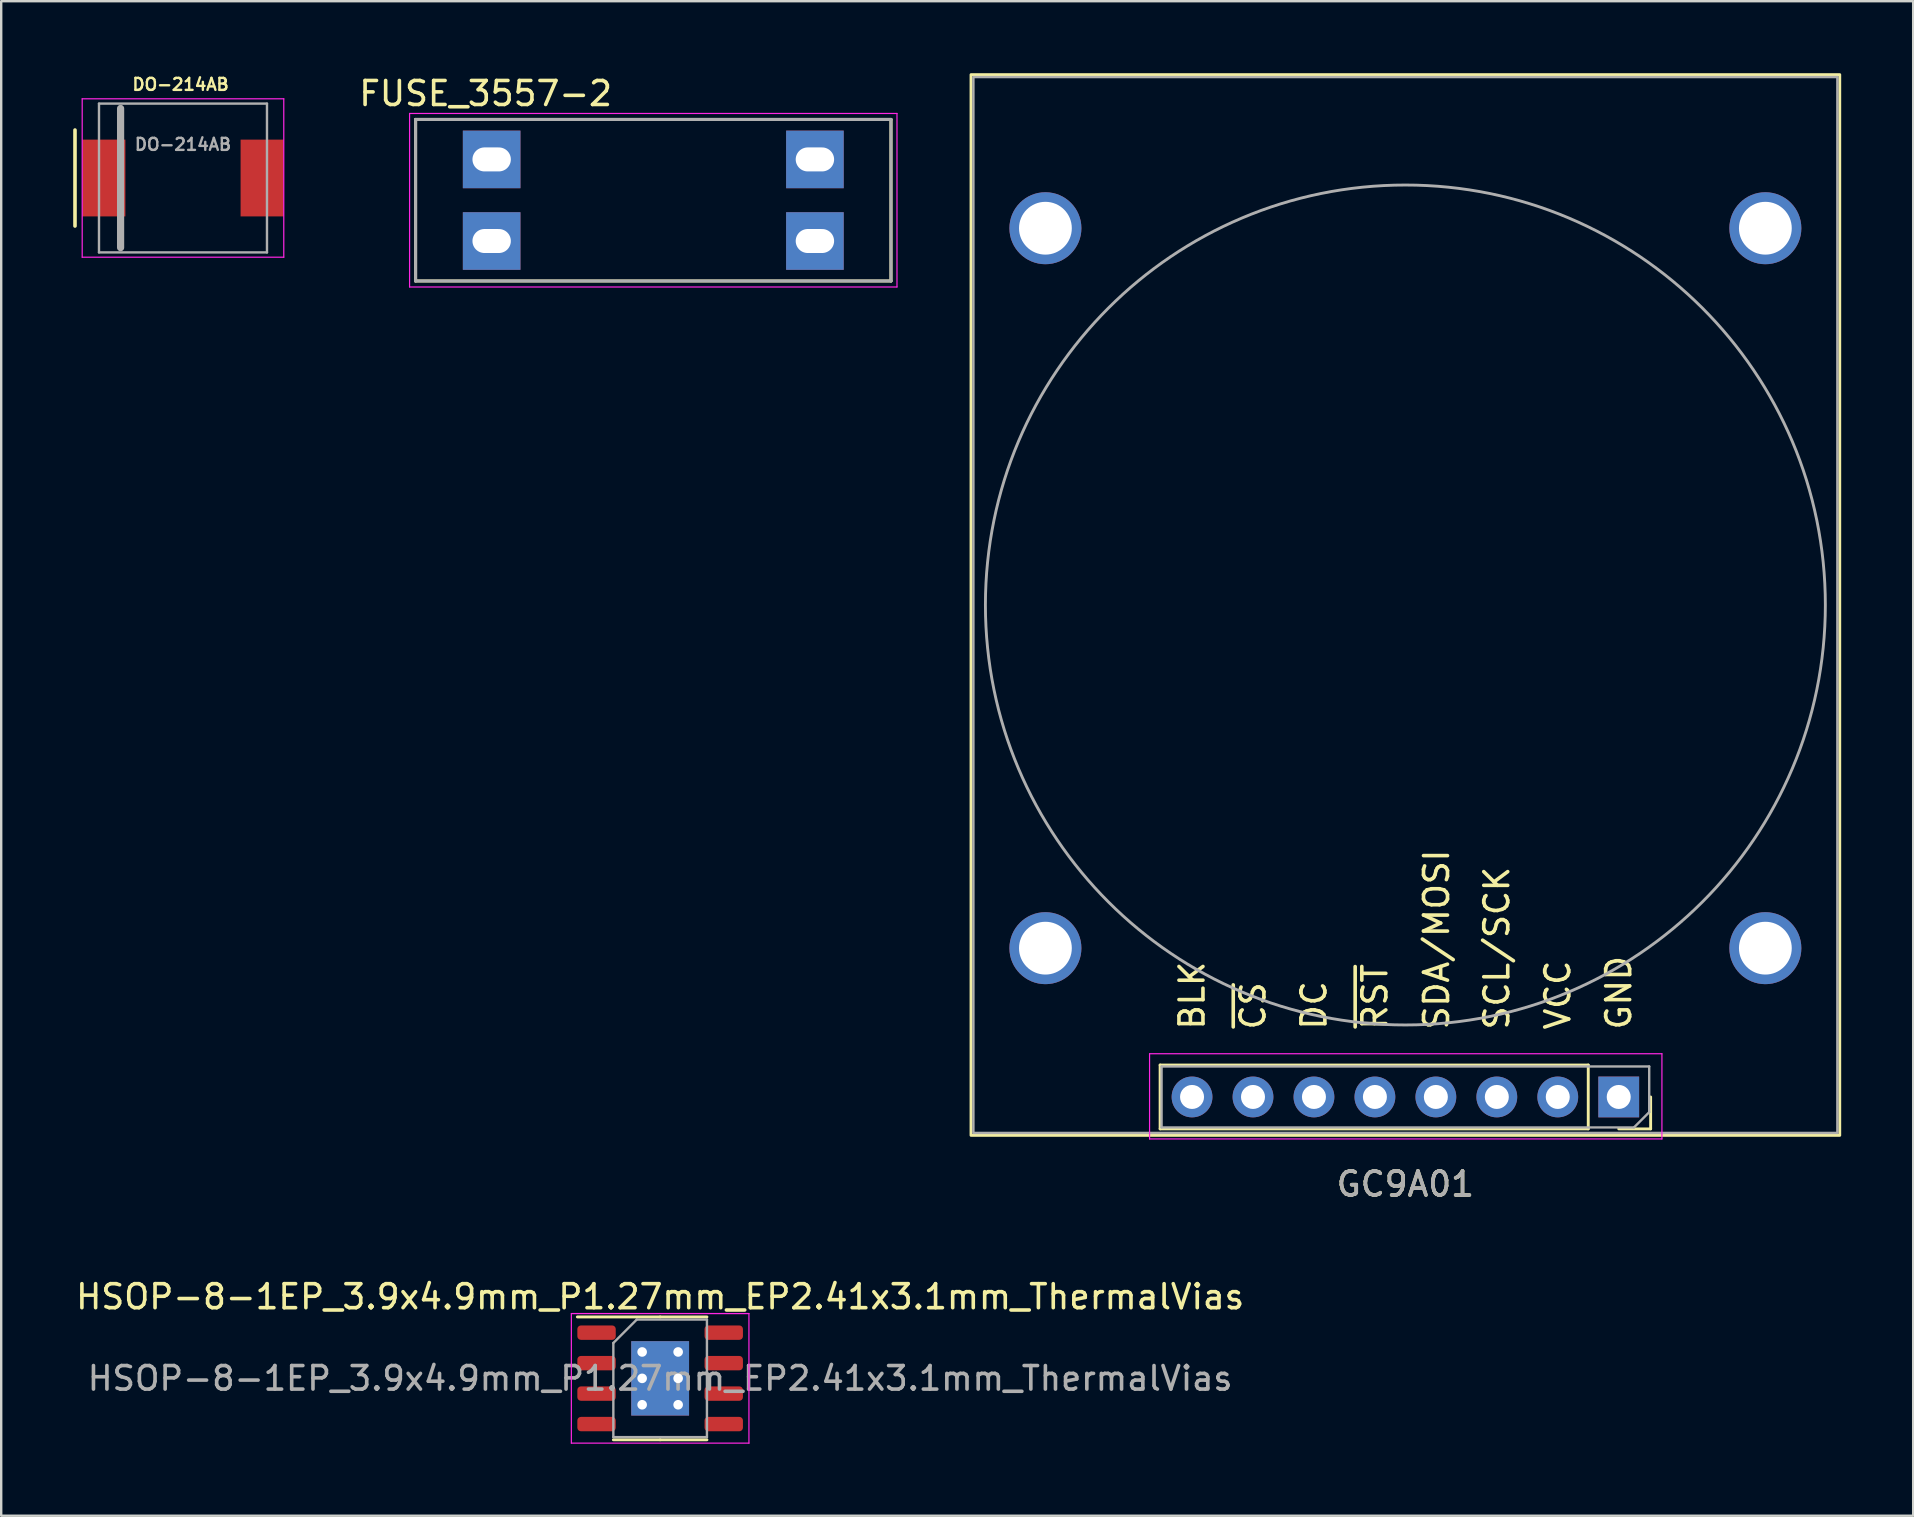
<source format=kicad_pcb>
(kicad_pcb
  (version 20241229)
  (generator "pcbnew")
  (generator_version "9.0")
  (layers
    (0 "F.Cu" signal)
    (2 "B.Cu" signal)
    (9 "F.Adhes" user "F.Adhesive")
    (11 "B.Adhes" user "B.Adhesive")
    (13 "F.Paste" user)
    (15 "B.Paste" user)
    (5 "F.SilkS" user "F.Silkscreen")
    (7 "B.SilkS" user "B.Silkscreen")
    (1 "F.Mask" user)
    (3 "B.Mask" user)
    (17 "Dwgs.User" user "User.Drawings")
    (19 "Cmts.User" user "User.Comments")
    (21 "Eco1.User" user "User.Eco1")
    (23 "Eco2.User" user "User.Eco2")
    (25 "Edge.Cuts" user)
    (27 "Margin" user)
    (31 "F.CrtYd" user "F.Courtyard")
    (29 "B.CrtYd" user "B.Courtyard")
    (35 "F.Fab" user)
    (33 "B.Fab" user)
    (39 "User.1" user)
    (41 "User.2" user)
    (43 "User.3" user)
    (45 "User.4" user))
  (footprint "DO-214AB"
    (layer "F.Cu")
    (at 4.575 4.368)
    (property "Reference" "DO-214AB" (at -0.1 -3.9 0) (layer "F.SilkS") (effects (font (size 0.5 0.5) (thickness 0.1))))
    (attr smd)
    (fp_line (start -4.5 -2) (end -4.5 2) (stroke (width 0.15) (type solid)) (layer "F.SilkS"))
    (fp_line (start -4.2 -3.3) (end 4.2 -3.3) (stroke (width 0.05) (type solid)) (layer "F.CrtYd"))
    (fp_line (start -4.2 3.3) (end -4.2 -3.3) (stroke (width 0.05) (type solid)) (layer "F.CrtYd"))
    (fp_line (start 4.2 -3.3) (end 4.2 3.3) (stroke (width 0.05) (type solid)) (layer "F.CrtYd"))
    (fp_line (start 4.2 3.3) (end -4.2 3.3) (stroke (width 0.05) (type solid)) (layer "F.CrtYd"))
    (fp_line (start -3.5 -3.1) (end 3.5 -3.1) (stroke (width 0.1) (type solid)) (layer "F.Fab"))
    (fp_line (start -3.5 3.1) (end -3.5 -3.1) (stroke (width 0.1) (type solid)) (layer "F.Fab"))
    (fp_line (start -2.6 -2.9) (end -2.6 2.9) (stroke (width 0.3) (type solid)) (layer "F.Fab"))
    (fp_line (start 3.5 -3.1) (end 3.5 3.1) (stroke (width 0.1) (type solid)) (layer "F.Fab"))
    (fp_line (start 3.5 3.1) (end -3.5 3.1) (stroke (width 0.1) (type solid)) (layer "F.Fab"))
    (fp_text user "${REFERENCE}" (at 0 -1.4 0) (layer "F.Fab") (effects (font (size 0.5 0.5) (thickness 0.1))))
    (pad "1" smd rect (at -3.3 0) (size 1.8 3.2) (layers "F.Cu" "F.Mask" "F.Paste"))
    (pad "2" smd rect (at 3.3 0) (size 1.8 3.2) (layers "F.Cu" "F.Mask" "F.Paste")))
  (footprint "HSOP-8-1EP_3.9x4.9mm_P1.27mm_EP2.41x3.1mm_ThermalVias"
    (layer "F.Cu")
    (at 24.458 54.386)
    (property "Reference" "HSOP-8-1EP_3.9x4.9mm_P1.27mm_EP2.41x3.1mm_ThermalVias" (at 0 -3.4 0) (layer "F.SilkS") (effects (font (size 1 1) (thickness 0.15))))
    (attr smd)
    (fp_line (start 0 -2.56) (end -3.45 -2.56) (stroke (width 0.12) (type solid)) (layer "F.SilkS"))
    (fp_line (start 0 -2.56) (end 1.95 -2.56) (stroke (width 0.12) (type solid)) (layer "F.SilkS"))
    (fp_line (start 0 2.56) (end -1.95 2.56) (stroke (width 0.12) (type solid)) (layer "F.SilkS"))
    (fp_line (start 0 2.56) (end 1.95 2.56) (stroke (width 0.12) (type solid)) (layer "F.SilkS"))
    (fp_line (start -3.7 -2.7) (end -3.7 2.7) (stroke (width 0.05) (type solid)) (layer "F.CrtYd"))
    (fp_line (start -3.7 2.7) (end 3.7 2.7) (stroke (width 0.05) (type solid)) (layer "F.CrtYd"))
    (fp_line (start 3.7 -2.7) (end -3.7 -2.7) (stroke (width 0.05) (type solid)) (layer "F.CrtYd"))
    (fp_line (start 3.7 2.7) (end 3.7 -2.7) (stroke (width 0.05) (type solid)) (layer "F.CrtYd"))
    (fp_line (start -1.95 -1.475) (end -0.975 -2.45) (stroke (width 0.1) (type solid)) (layer "F.Fab"))
    (fp_line (start -1.95 2.45) (end -1.95 -1.475) (stroke (width 0.1) (type solid)) (layer "F.Fab"))
    (fp_line (start -0.975 -2.45) (end 1.95 -2.45) (stroke (width 0.1) (type solid)) (layer "F.Fab"))
    (fp_line (start 1.95 -2.45) (end 1.95 2.45) (stroke (width 0.1) (type solid)) (layer "F.Fab"))
    (fp_line (start 1.95 2.45) (end -1.95 2.45) (stroke (width 0.1) (type solid)) (layer "F.Fab"))
    (fp_text user "${REFERENCE}" (at 0 0 0) (layer "F.Fab") (effects (font (size 0.98 0.98) (thickness 0.15))))
    (pad "" smd roundrect (at -0.6 -0.775) (size 0.97 1.25) (layers "F.Paste") (roundrect_rratio 0.25))
    (pad "" smd roundrect (at -0.6 0.775) (size 0.97 1.25) (layers "F.Paste") (roundrect_rratio 0.25))
    (pad "" smd roundrect (at 0.6 -0.775) (size 0.97 1.25) (layers "F.Paste") (roundrect_rratio 0.25))
    (pad "" smd roundrect (at 0.6 0.775) (size 0.97 1.25) (layers "F.Paste") (roundrect_rratio 0.25))
    (pad "1" smd roundrect (at -2.65 -1.905) (size 1.6 0.6) (layers "F.Cu" "F.Mask" "F.Paste") (roundrect_rratio 0.25))
    (pad "2" smd roundrect (at -2.65 -0.635) (size 1.6 0.6) (layers "F.Cu" "F.Mask" "F.Paste") (roundrect_rratio 0.25))
    (pad "3" smd roundrect (at -2.65 0.635) (size 1.6 0.6) (layers "F.Cu" "F.Mask" "F.Paste") (roundrect_rratio 0.25))
    (pad "4" smd roundrect (at -2.65 1.905) (size 1.6 0.6) (layers "F.Cu" "F.Mask" "F.Paste") (roundrect_rratio 0.25))
    (pad "5" smd roundrect (at 2.65 1.905) (size 1.6 0.6) (layers "F.Cu" "F.Mask" "F.Paste") (roundrect_rratio 0.25))
    (pad "6" smd roundrect (at 2.65 0.635) (size 1.6 0.6) (layers "F.Cu" "F.Mask" "F.Paste") (roundrect_rratio 0.25))
    (pad "7" smd roundrect (at 2.65 -0.635) (size 1.6 0.6) (layers "F.Cu" "F.Mask" "F.Paste") (roundrect_rratio 0.25))
    (pad "8" smd roundrect (at 2.65 -1.905) (size 1.6 0.6) (layers "F.Cu" "F.Mask" "F.Paste") (roundrect_rratio 0.25))
    (pad "9" thru_hole circle (at -0.75 -1.1) (size 0.8 0.8) (drill 0.4) (layers "*.Cu"))
    (pad "9" thru_hole circle (at -0.75 0) (size 0.8 0.8) (drill 0.4) (layers "*.Cu"))
    (pad "9" thru_hole circle (at -0.75 1.1) (size 0.8 0.8) (drill 0.4) (layers "*.Cu"))
    (pad "9" smd rect (at 0 0) (size 2.41 3.1) (layers "F.Cu" "F.Mask"))
    (pad "9" smd rect (at 0 0) (size 2.41 3.1) (layers "B.Cu"))
    (pad "9" thru_hole circle (at 0.75 -1.1) (size 0.8 0.8) (drill 0.4) (layers "*.Cu"))
    (pad "9" thru_hole circle (at 0.75 0) (size 0.8 0.8) (drill 0.4) (layers "*.Cu"))
    (pad "9" thru_hole circle (at 0.75 1.1) (size 0.8 0.8) (drill 0.4) (layers "*.Cu")))
  (footprint "FUSE_3557-2"
    (layer "F.Cu")
    (at 24.172 5.293)
    (property "Reference" "FUSE_3557-2" (at -6.985 -4.445 0) (layer "F.SilkS") (effects (font (size 1 1) (thickness 0.15))))
    (attr through_hole)
    (fp_line (start -9.905 -3.365) (end -9.905 3.365) (stroke (width 0.127) (type solid)) (layer "F.SilkS"))
    (fp_line (start -9.905 3.365) (end 9.905 3.365) (stroke (width 0.127) (type solid)) (layer "F.SilkS"))
    (fp_line (start 9.905 -3.365) (end -9.905 -3.365) (stroke (width 0.127) (type solid)) (layer "F.SilkS"))
    (fp_line (start 9.905 3.365) (end 9.905 -3.365) (stroke (width 0.127) (type solid)) (layer "F.SilkS"))
    (fp_line (start -10.155 -3.615) (end 10.155 -3.615) (stroke (width 0.05) (type solid)) (layer "F.CrtYd"))
    (fp_line (start -10.155 3.615) (end -10.155 -3.615) (stroke (width 0.05) (type solid)) (layer "F.CrtYd"))
    (fp_line (start 10.155 -3.615) (end 10.155 3.615) (stroke (width 0.05) (type solid)) (layer "F.CrtYd"))
    (fp_line (start 10.155 3.615) (end -10.155 3.615) (stroke (width 0.05) (type solid)) (layer "F.CrtYd"))
    (fp_line (start -9.905 -3.365) (end -9.905 3.365) (stroke (width 0.127) (type solid)) (layer "F.Fab"))
    (fp_line (start -9.905 3.365) (end 9.905 3.365) (stroke (width 0.127) (type solid)) (layer "F.Fab"))
    (fp_line (start 9.905 -3.365) (end -9.905 -3.365) (stroke (width 0.127) (type solid)) (layer "F.Fab"))
    (fp_line (start 9.905 3.365) (end 9.905 -3.365) (stroke (width 0.127) (type solid)) (layer "F.Fab"))
    (pad "1" thru_hole rect (at -6.735 -1.7) (size 2.4 2.4) (drill oval 1.6 1) (layers "*.Cu" "*.Mask"))
    (pad "1" thru_hole rect (at -6.735 1.7) (size 2.4 2.4) (drill oval 1.6 1) (layers "*.Cu" "*.Mask"))
    (pad "2" thru_hole rect (at 6.735 -1.7) (size 2.4 2.4) (drill oval 1.6 1) (layers "*.Cu" "*.Mask"))
    (pad "2" thru_hole rect (at 6.735 1.7) (size 2.4 2.4) (drill oval 1.6 1) (layers "*.Cu" "*.Mask")))
  (footprint "GC9A01"
    (layer "F.Cu")
    (at 55.512 22.16)
    (property "Reference" "GC9A01" (at 0 24.13 0) (unlocked yes) (layer "F.SilkS") (effects (font (size 1 1) (thickness 0.15))))
    (attr through_hole)
    (fp_line (start -10.22 19.17) (end -10.22 21.83) (stroke (width 0.12) (type solid)) (layer "F.SilkS"))
    (fp_line (start 7.62 19.17) (end -10.22 19.17) (stroke (width 0.12) (type solid)) (layer "F.SilkS"))
    (fp_line (start 7.62 19.17) (end 7.62 21.83) (stroke (width 0.12) (type solid)) (layer "F.SilkS"))
    (fp_line (start 7.62 21.83) (end -10.22 21.83) (stroke (width 0.12) (type solid)) (layer "F.SilkS"))
    (fp_line (start 10.22 20.5) (end 10.22 21.83) (stroke (width 0.12) (type solid)) (layer "F.SilkS"))
    (fp_line (start 10.22 21.83) (end 8.89 21.83) (stroke (width 0.12) (type solid)) (layer "F.SilkS"))
    (fp_rect (start -18.1 -22.1) (end 18.1 22.1) (stroke (width 0.12) (type solid)) (fill no) (layer "F.SilkS"))
    (fp_line (start -10.66 18.7) (end 10.69 18.7) (stroke (width 0.05) (type solid)) (layer "F.CrtYd"))
    (fp_line (start -10.66 22.25) (end -10.66 18.7) (stroke (width 0.05) (type solid)) (layer "F.CrtYd"))
    (fp_line (start 10.69 18.7) (end 10.69 22.25) (stroke (width 0.05) (type solid)) (layer "F.CrtYd"))
    (fp_line (start 10.69 22.25) (end -10.66 22.25) (stroke (width 0.05) (type solid)) (layer "F.CrtYd"))
    (fp_line (start -10.16 19.23) (end 10.16 19.23) (stroke (width 0.1) (type solid)) (layer "F.Fab"))
    (fp_line (start -10.16 21.77) (end -10.16 19.23) (stroke (width 0.1) (type solid)) (layer "F.Fab"))
    (fp_line (start 9.525 21.77) (end -10.16 21.77) (stroke (width 0.1) (type solid)) (layer "F.Fab"))
    (fp_line (start 10.16 19.23) (end 10.16 21.135) (stroke (width 0.1) (type solid)) (layer "F.Fab"))
    (fp_line (start 10.16 21.135) (end 9.525 21.77) (stroke (width 0.1) (type solid)) (layer "F.Fab"))
    (fp_rect (start -18 -22) (end 18 22) (stroke (width 0.1) (type solid)) (fill no) (layer "F.Fab"))
    (fp_circle (center 0 0) (end 17.5 0) (stroke (width 0.12) (type solid)) (fill no) (layer "F.Fab"))
    (fp_text user "SCL/SCK" (at 3.81 17.78 90) (unlocked yes) (layer "F.SilkS") (effects (font (size 1 1) (thickness 0.15)) (justify left)))
    (fp_text user "DC" (at -3.81 17.78 90) (unlocked yes) (layer "F.SilkS") (effects (font (size 1 1) (thickness 0.15)) (justify left)))
    (fp_text user "GND" (at 8.89 17.78 90) (unlocked yes) (layer "F.SilkS") (effects (font (size 1 1) (thickness 0.15)) (justify left)))
    (fp_text user "SDA/MOSI" (at 1.3 17.78 90) (unlocked yes) (layer "F.SilkS") (effects (font (size 1 1) (thickness 0.15)) (justify left)))
    (fp_text user "BLK" (at -8.89 17.78 90) (unlocked yes) (layer "F.SilkS") (effects (font (size 1 1) (thickness 0.15)) (justify left)))
    (fp_text user "VCC" (at 6.35 17.78 90) (unlocked yes) (layer "F.SilkS") (effects (font (size 1 1) (thickness 0.15)) (justify left)))
    (fp_text user "~{RST}" (at -1.27 17.78 90) (unlocked yes) (layer "F.SilkS") (effects (font (size 1 1) (thickness 0.15)) (justify left)))
    (fp_text user "~{CS}" (at -6.35 17.78 90) (unlocked yes) (layer "F.SilkS") (effects (font (size 1 1) (thickness 0.15)) (justify left)))
    (fp_text user "${REFERENCE}" (at 0 24.13 0) (unlocked yes) (layer "F.Fab") (effects (font (size 1 1) (thickness 0.15))))
    (pad "" np_thru_hole oval (at -15 -15.7) (size 3 3) (drill 2.2) (layers "*.Cu" "*.Mask"))
    (pad "" np_thru_hole oval (at -15 14.3) (size 3 3) (drill 2.2) (layers "*.Cu" "*.Mask"))
    (pad "" np_thru_hole oval (at 15 -15.7) (size 3 3) (drill 2.2) (layers "*.Cu" "*.Mask"))
    (pad "" np_thru_hole oval (at 15 14.3) (size 3 3) (drill 2.2) (layers "*.Cu" "*.Mask"))
    (pad "1" thru_hole rect (at 8.89 20.5 270) (size 1.7 1.7) (drill 1) (layers "*.Cu" "*.Mask"))
    (pad "2" thru_hole oval (at 6.35 20.5 270) (size 1.7 1.7) (drill 1) (layers "*.Cu" "*.Mask"))
    (pad "3" thru_hole oval (at 3.81 20.5 270) (size 1.7 1.7) (drill 1) (layers "*.Cu" "*.Mask"))
    (pad "4" thru_hole oval (at 1.27 20.5 270) (size 1.7 1.7) (drill 1) (layers "*.Cu" "*.Mask"))
    (pad "5" thru_hole oval (at -1.27 20.5 270) (size 1.7 1.7) (drill 1) (layers "*.Cu" "*.Mask"))
    (pad "6" thru_hole oval (at -3.81 20.5 270) (size 1.7 1.7) (drill 1) (layers "*.Cu" "*.Mask"))
    (pad "7" thru_hole oval (at -6.35 20.5 270) (size 1.7 1.7) (drill 1) (layers "*.Cu" "*.Mask"))
    (pad "8" thru_hole oval (at -8.89 20.5 270) (size 1.7 1.7) (drill 1) (layers "*.Cu" "*.Mask")))
  (gr_rect
    (start -3 -3)
    (end 76.672 60.111)
    (stroke (width 0.1) (type default))
    (fill no)
    (layer "Edge.Cuts")))
</source>
